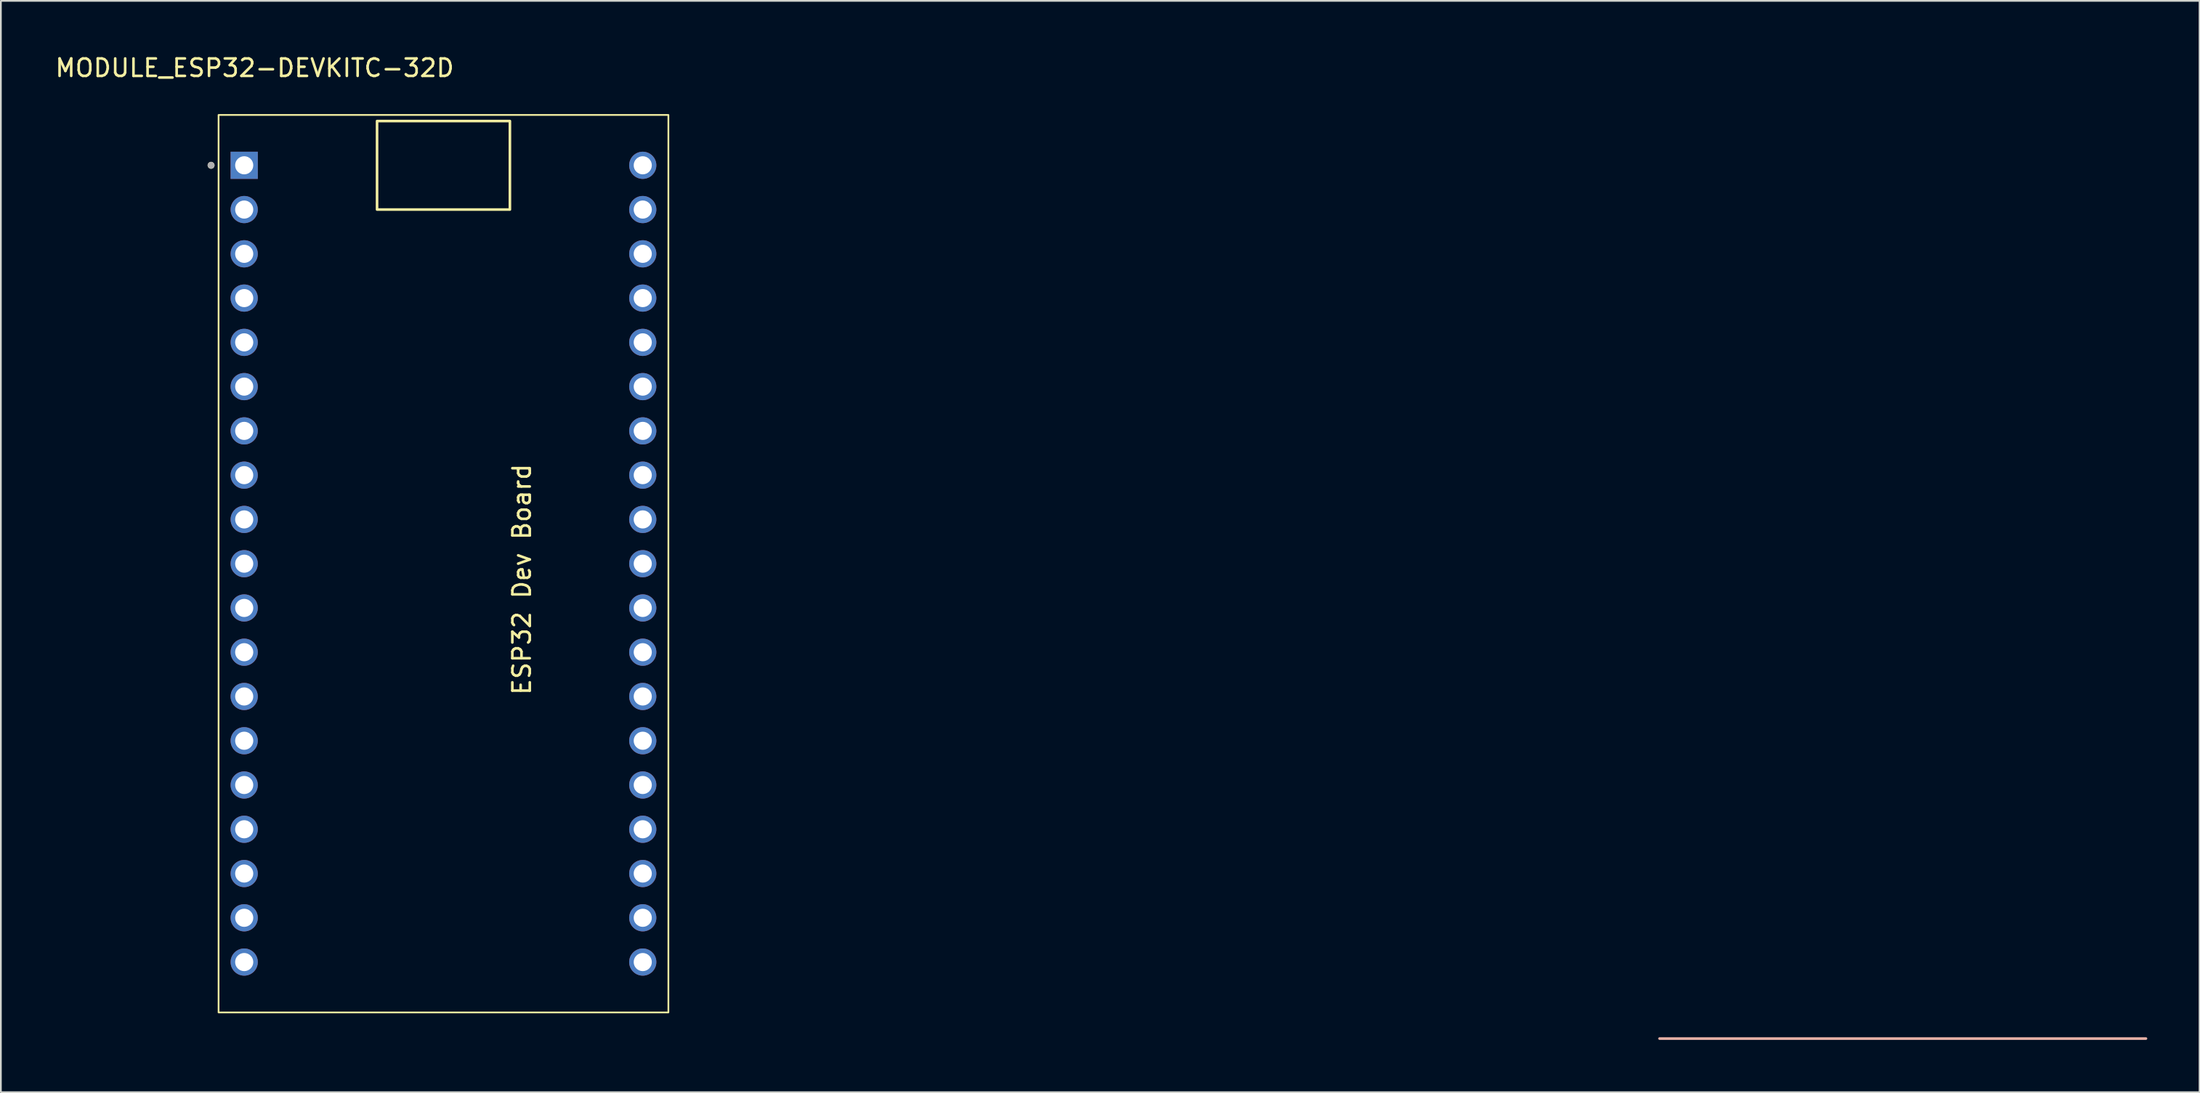
<source format=kicad_pcb>
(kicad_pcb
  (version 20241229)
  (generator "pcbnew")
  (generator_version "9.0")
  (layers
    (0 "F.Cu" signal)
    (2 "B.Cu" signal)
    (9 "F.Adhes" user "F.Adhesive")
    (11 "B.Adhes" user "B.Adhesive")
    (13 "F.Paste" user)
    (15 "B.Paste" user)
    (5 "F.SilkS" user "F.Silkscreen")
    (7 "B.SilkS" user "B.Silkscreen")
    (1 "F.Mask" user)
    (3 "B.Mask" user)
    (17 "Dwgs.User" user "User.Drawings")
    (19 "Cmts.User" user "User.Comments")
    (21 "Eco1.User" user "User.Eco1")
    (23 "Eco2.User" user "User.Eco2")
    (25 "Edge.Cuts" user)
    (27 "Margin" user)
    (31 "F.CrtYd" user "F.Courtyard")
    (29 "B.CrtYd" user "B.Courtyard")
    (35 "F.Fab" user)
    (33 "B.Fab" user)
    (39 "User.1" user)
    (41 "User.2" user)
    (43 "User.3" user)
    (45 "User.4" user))
  (footprint "MODULE_ESP32-DEVKITC-32D"
    (layer "F.Cu")
    (at 22.387 29.295)
    (property "Reference" "MODULE_ESP32-DEVKITC-32D" (at -10.829 -28.446 0) (layer "F.SilkS") (effects (font (size 1 1) (thickness 0.15))))
    (attr through_hole)
    (fp_rect (start -3.81 -25.4) (end 3.81 -20.32) (stroke (width 0.15) (type default)) (fill no) (layer "F.SilkS"))
    (fp_rect (start 12.9 25.75) (end -12.9 -25.75) (stroke (width 0.1) (type default)) (fill no) (layer "F.SilkS"))
    (fp_circle (center -13.33 -22.86) (end -13.23 -22.86) (stroke (width 0.2) (type solid)) (fill no) (layer "F.SilkS"))
    (fp_line (start 97.65 27.25) (end 69.75 27.25) (stroke (width 0.15) (type solid)) (layer "B.SilkS"))
    (fp_circle (center -13.33 -22.86) (end -13.23 -22.86) (stroke (width 0.2) (type solid)) (fill no) (layer "F.Fab"))
    (fp_text user "ESP32 Dev Board" (at 5.08 7.62 90) (unlocked yes) (layer "F.SilkS") (effects (font (size 1 1) (thickness 0.15)) (justify left bottom)))
    (pad "J2-1" thru_hole rect (at -11.43 -22.86) (size 1.56 1.56) (drill 1.04) (layers "*.Cu" "*.Mask"))
    (pad "J2-2" thru_hole circle (at -11.43 -20.32) (size 1.56 1.56) (drill 1.04) (layers "*.Cu" "*.Mask"))
    (pad "J2-3" thru_hole circle (at -11.43 -17.78) (size 1.56 1.56) (drill 1.04) (layers "*.Cu" "*.Mask"))
    (pad "J2-4" thru_hole circle (at -11.43 -15.24) (size 1.56 1.56) (drill 1.04) (layers "*.Cu" "*.Mask"))
    (pad "J2-5" thru_hole circle (at -11.43 -12.7) (size 1.56 1.56) (drill 1.04) (layers "*.Cu" "*.Mask"))
    (pad "J2-6" thru_hole circle (at -11.43 -10.16) (size 1.56 1.56) (drill 1.04) (layers "*.Cu" "*.Mask"))
    (pad "J2-7" thru_hole circle (at -11.43 -7.62) (size 1.56 1.56) (drill 1.04) (layers "*.Cu" "*.Mask"))
    (pad "J2-8" thru_hole circle (at -11.43 -5.08) (size 1.56 1.56) (drill 1.04) (layers "*.Cu" "*.Mask"))
    (pad "J2-9" thru_hole circle (at -11.43 -2.54) (size 1.56 1.56) (drill 1.04) (layers "*.Cu" "*.Mask"))
    (pad "J2-10" thru_hole circle (at -11.43 0) (size 1.56 1.56) (drill 1.04) (layers "*.Cu" "*.Mask"))
    (pad "J2-11" thru_hole circle (at -11.43 2.54) (size 1.56 1.56) (drill 1.04) (layers "*.Cu" "*.Mask"))
    (pad "J2-12" thru_hole circle (at -11.43 5.08) (size 1.56 1.56) (drill 1.04) (layers "*.Cu" "*.Mask"))
    (pad "J2-13" thru_hole circle (at -11.43 7.62) (size 1.56 1.56) (drill 1.04) (layers "*.Cu" "*.Mask"))
    (pad "J2-14" thru_hole circle (at -11.43 10.16) (size 1.56 1.56) (drill 1.04) (layers "*.Cu" "*.Mask"))
    (pad "J2-15" thru_hole circle (at -11.43 12.7) (size 1.56 1.56) (drill 1.04) (layers "*.Cu" "*.Mask"))
    (pad "J2-16" thru_hole circle (at -11.43 15.24) (size 1.56 1.56) (drill 1.04) (layers "*.Cu" "*.Mask"))
    (pad "J2-17" thru_hole circle (at -11.43 17.78) (size 1.56 1.56) (drill 1.04) (layers "*.Cu" "*.Mask"))
    (pad "J2-18" thru_hole circle (at -11.43 20.32) (size 1.56 1.56) (drill 1.04) (layers "*.Cu" "*.Mask"))
    (pad "J2-19" thru_hole circle (at -11.43 22.86) (size 1.56 1.56) (drill 1.04) (layers "*.Cu" "*.Mask"))
    (pad "J3-1" thru_hole circle (at 11.43 -22.86) (size 1.56 1.56) (drill 1.04) (layers "*.Cu" "*.Mask"))
    (pad "J3-2" thru_hole circle (at 11.43 -20.32) (size 1.56 1.56) (drill 1.04) (layers "*.Cu" "*.Mask"))
    (pad "J3-3" thru_hole circle (at 11.43 -17.78) (size 1.56 1.56) (drill 1.04) (layers "*.Cu" "*.Mask"))
    (pad "J3-4" thru_hole circle (at 11.43 -15.24) (size 1.56 1.56) (drill 1.04) (layers "*.Cu" "*.Mask"))
    (pad "J3-5" thru_hole circle (at 11.43 -12.7) (size 1.56 1.56) (drill 1.04) (layers "*.Cu" "*.Mask"))
    (pad "J3-6" thru_hole circle (at 11.43 -10.16) (size 1.56 1.56) (drill 1.04) (layers "*.Cu" "*.Mask"))
    (pad "J3-7" thru_hole circle (at 11.43 -7.62) (size 1.56 1.56) (drill 1.04) (layers "*.Cu" "*.Mask"))
    (pad "J3-8" thru_hole circle (at 11.43 -5.08) (size 1.56 1.56) (drill 1.04) (layers "*.Cu" "*.Mask"))
    (pad "J3-9" thru_hole circle (at 11.43 -2.54) (size 1.56 1.56) (drill 1.04) (layers "*.Cu" "*.Mask"))
    (pad "J3-10" thru_hole circle (at 11.43 0) (size 1.56 1.56) (drill 1.04) (layers "*.Cu" "*.Mask"))
    (pad "J3-11" thru_hole circle (at 11.43 2.54) (size 1.56 1.56) (drill 1.04) (layers "*.Cu" "*.Mask"))
    (pad "J3-12" thru_hole circle (at 11.43 5.08) (size 1.56 1.56) (drill 1.04) (layers "*.Cu" "*.Mask"))
    (pad "J3-13" thru_hole circle (at 11.43 7.62) (size 1.56 1.56) (drill 1.04) (layers "*.Cu" "*.Mask"))
    (pad "J3-14" thru_hole circle (at 11.43 10.16) (size 1.56 1.56) (drill 1.04) (layers "*.Cu" "*.Mask"))
    (pad "J3-15" thru_hole circle (at 11.43 12.7) (size 1.56 1.56) (drill 1.04) (layers "*.Cu" "*.Mask"))
    (pad "J3-16" thru_hole circle (at 11.43 15.24) (size 1.56 1.56) (drill 1.04) (layers "*.Cu" "*.Mask"))
    (pad "J3-17" thru_hole circle (at 11.43 17.78) (size 1.56 1.56) (drill 1.04) (layers "*.Cu" "*.Mask"))
    (pad "J3-18" thru_hole circle (at 11.43 20.32) (size 1.56 1.56) (drill 1.04) (layers "*.Cu" "*.Mask"))
    (pad "J3-19" thru_hole circle (at 11.43 22.86) (size 1.56 1.56) (drill 1.04) (layers "*.Cu" "*.Mask")))
  (gr_rect
    (start -3 -3)
    (end 123.112 59.62)
    (stroke (width 0.1) (type default))
    (fill no)
    (layer "Edge.Cuts")))
</source>
